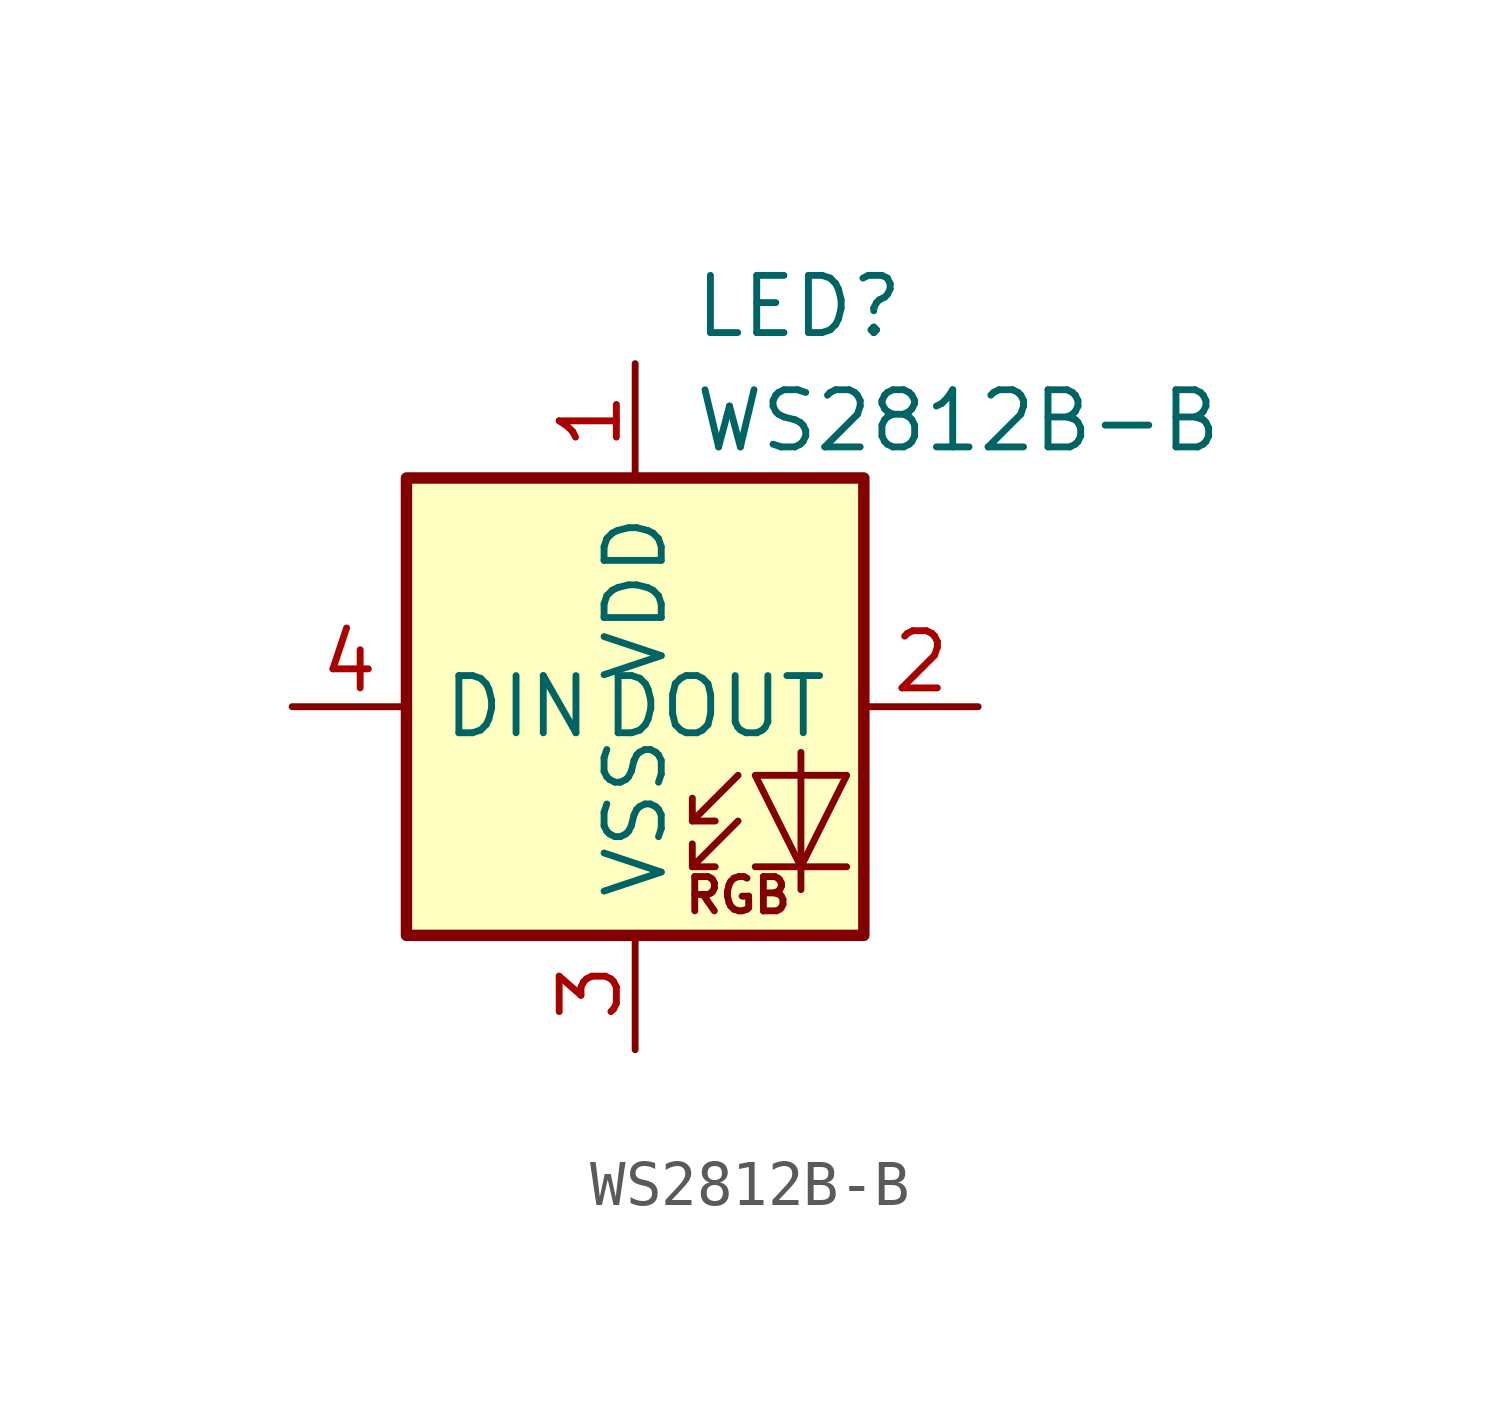
<source format=kicad_sym>
(kicad_symbol_lib
  (version 20211014)
  (generator kicad_symbol_editor)
  (symbol "WS2812B-B"
    (pin_names
      (offset 0.762))
    (property "Reference" "LED"
      (at 1.27 8.89 0)
      (effects (font (size 1.27 1.27)) (justify left)))
    (property "Value" "WS2812B-B"
      (at 1.27 6.35 0)
      (effects (font (size 1.27 1.27)) (justify left)))
    (symbol "WS2812B-B_1_1"
      (polyline (pts (xy 1.27 -3.556) (xy 1.778 -3.556)) (stroke (width 0) (type default) (color 0 0 0 0)) (fill (type none)))
      (polyline (pts (xy 1.27 -2.54) (xy 1.778 -2.54)) (stroke (width 0) (type default) (color 0 0 0 0)) (fill (type none)))
      (polyline (pts (xy 4.699 -3.556) (xy 2.667 -3.556)) (stroke (width 0) (type default) (color 0 0 0 0)) (fill (type none)))
      (polyline (pts (xy 2.286 -2.54) (xy 1.27 -3.556) (xy 1.27 -3.048)) (stroke (width 0) (type default) (color 0 0 0 0)) (fill (type none)))
      (polyline (pts (xy 2.286 -1.524) (xy 1.27 -2.54) (xy 1.27 -2.032)) (stroke (width 0) (type default) (color 0 0 0 0)) (fill (type none)))
      (polyline (pts (xy 3.683 -1.016) (xy 3.683 -3.556) (xy 3.683 -4.064)) (stroke (width 0) (type default) (color 0 0 0 0)) (fill (type none)))
      (polyline (pts (xy 4.699 -1.524) (xy 2.667 -1.524) (xy 3.683 -3.556) (xy 4.699 -1.524)) (stroke (width 0) (type default) (color 0 0 0 0)) (fill (type none)))
      (rectangle (start 5.08 5.08) (end -5.08 -5.08) (stroke (width 0.254) (type default) (color 0 0 0 0)) (fill (type background)))
      (text "RGB" (at 2.286 -4.191 0) (effects (font (size 0.762 0.762))))
      (pin power_in line (at 0 7.62 270) (length 2.54) (name "VDD" (effects (font (size 1.27 1.27)))) (number "1" (effects (font (size 1.27 1.27)))))
      (pin output line (at 7.62 0 180) (length 2.54) (name "DOUT" (effects (font (size 1.27 1.27)))) (number "2" (effects (font (size 1.27 1.27)))))
      (pin power_in line (at 0 -7.62 90) (length 2.54) (name "VSS" (effects (font (size 1.27 1.27)))) (number "3" (effects (font (size 1.27 1.27)))))
      (pin input line (at -7.62 0 0) (length 2.54) (name "DIN" (effects (font (size 1.27 1.27)))) (number "4" (effects (font (size 1.27 1.27))))))))
</source>
